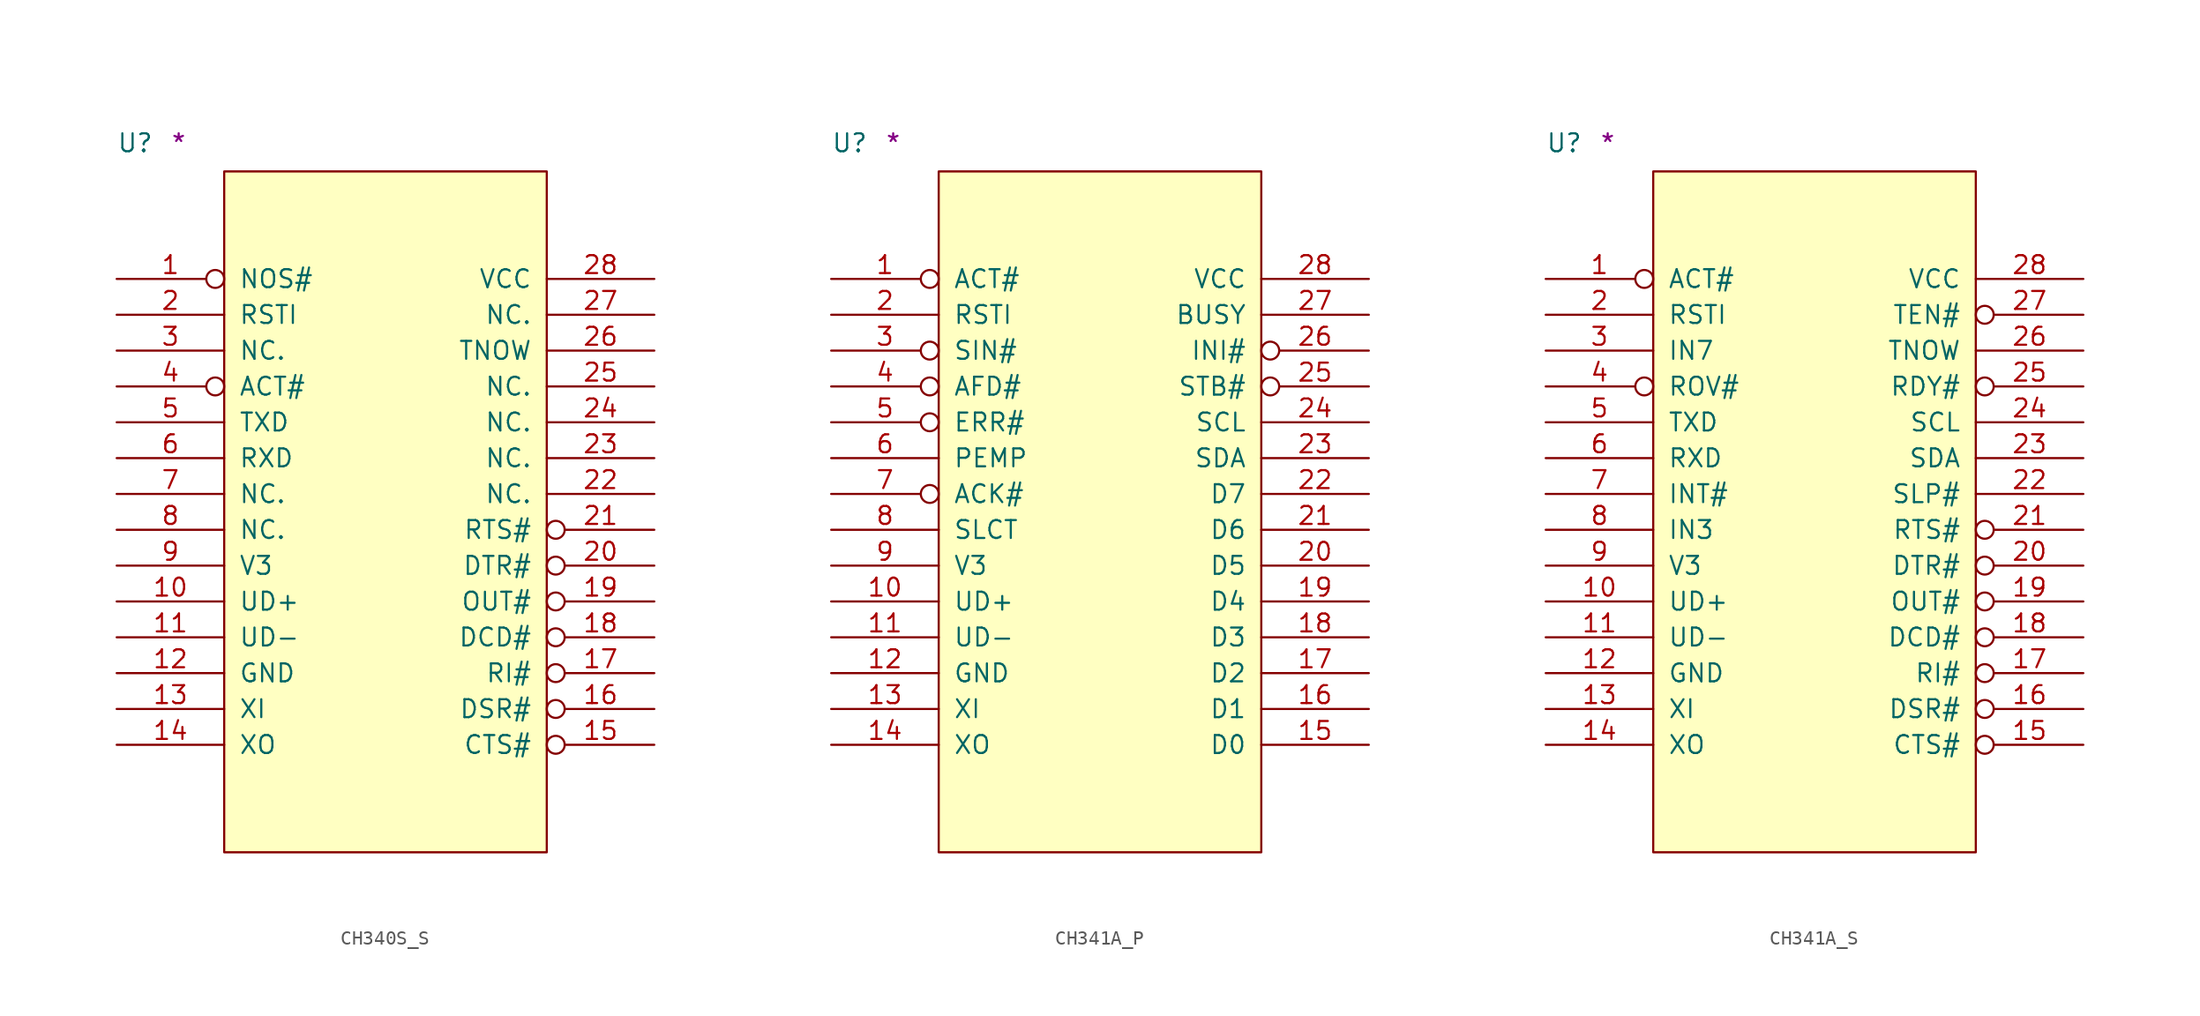
<source format=kicad_sym>
(kicad_symbol_lib
  (version 20211014)
  (generator kicad_symbol_editor)
  (symbol "CH340S_S"
    (pin_names
      (offset 1.016))
    (property "Reference" "U"
      (at -7.62 1.27 0)
      (effects (font (size 1.27 1.27)) (justify left bottom)))
    (property "Comment" "*"
      (at -3.81 1.27 0)
      (effects (font (size 1.27 1.27)) (justify left bottom)))
    (symbol "CH340S_S_1_1"
      (rectangle (start 0 -48.26) (end 22.86 0) (stroke (width 0) (type default) (color 0 0 0 0)) (fill (type background)))
      (pin input inverted (at -7.62 -7.62 0) (length 7.62) (name "NOS#" (effects (font (size 1.27 1.27)))) (number "1" (effects (font (size 1.27 1.27)))))
      (pin bidirectional line (at -7.62 -30.48 0) (length 7.62) (name "UD+" (effects (font (size 1.27 1.27)))) (number "10" (effects (font (size 1.27 1.27)))))
      (pin bidirectional line (at -7.62 -33.02 0) (length 7.62) (name "UD-" (effects (font (size 1.27 1.27)))) (number "11" (effects (font (size 1.27 1.27)))))
      (pin power_in line (at -7.62 -35.56 0) (length 7.62) (name "GND" (effects (font (size 1.27 1.27)))) (number "12" (effects (font (size 1.27 1.27)))))
      (pin input line (at -7.62 -38.1 0) (length 7.62) (name "XI" (effects (font (size 1.27 1.27)))) (number "13" (effects (font (size 1.27 1.27)))))
      (pin output line (at -7.62 -40.64 0) (length 7.62) (name "XO" (effects (font (size 1.27 1.27)))) (number "14" (effects (font (size 1.27 1.27)))))
      (pin input inverted (at 30.48 -40.64 180) (length 7.62) (name "CTS#" (effects (font (size 1.27 1.27)))) (number "15" (effects (font (size 1.27 1.27)))))
      (pin input inverted (at 30.48 -38.1 180) (length 7.62) (name "DSR#" (effects (font (size 1.27 1.27)))) (number "16" (effects (font (size 1.27 1.27)))))
      (pin input inverted (at 30.48 -35.56 180) (length 7.62) (name "RI#" (effects (font (size 1.27 1.27)))) (number "17" (effects (font (size 1.27 1.27)))))
      (pin input inverted (at 30.48 -33.02 180) (length 7.62) (name "DCD#" (effects (font (size 1.27 1.27)))) (number "18" (effects (font (size 1.27 1.27)))))
      (pin output inverted (at 30.48 -30.48 180) (length 7.62) (name "OUT#" (effects (font (size 1.27 1.27)))) (number "19" (effects (font (size 1.27 1.27)))))
      (pin input line (at -7.62 -10.16 0) (length 7.62) (name "RSTI" (effects (font (size 1.27 1.27)))) (number "2" (effects (font (size 1.27 1.27)))))
      (pin output inverted (at 30.48 -27.94 180) (length 7.62) (name "DTR#" (effects (font (size 1.27 1.27)))) (number "20" (effects (font (size 1.27 1.27)))))
      (pin output inverted (at 30.48 -25.4 180) (length 7.62) (name "RTS#" (effects (font (size 1.27 1.27)))) (number "21" (effects (font (size 1.27 1.27)))))
      (pin passive line (at 30.48 -22.86 180) (length 7.62) (name "NC." (effects (font (size 1.27 1.27)))) (number "22" (effects (font (size 1.27 1.27)))))
      (pin passive line (at 30.48 -20.32 180) (length 7.62) (name "NC." (effects (font (size 1.27 1.27)))) (number "23" (effects (font (size 1.27 1.27)))))
      (pin passive line (at 30.48 -17.78 180) (length 7.62) (name "NC." (effects (font (size 1.27 1.27)))) (number "24" (effects (font (size 1.27 1.27)))))
      (pin passive line (at 30.48 -15.24 180) (length 7.62) (name "NC." (effects (font (size 1.27 1.27)))) (number "25" (effects (font (size 1.27 1.27)))))
      (pin output line (at 30.48 -12.7 180) (length 7.62) (name "TNOW" (effects (font (size 1.27 1.27)))) (number "26" (effects (font (size 1.27 1.27)))))
      (pin passive line (at 30.48 -10.16 180) (length 7.62) (name "NC." (effects (font (size 1.27 1.27)))) (number "27" (effects (font (size 1.27 1.27)))))
      (pin power_in line (at 30.48 -7.62 180) (length 7.62) (name "VCC" (effects (font (size 1.27 1.27)))) (number "28" (effects (font (size 1.27 1.27)))))
      (pin passive line (at -7.62 -12.7 0) (length 7.62) (name "NC." (effects (font (size 1.27 1.27)))) (number "3" (effects (font (size 1.27 1.27)))))
      (pin output inverted (at -7.62 -15.24 0) (length 7.62) (name "ACT#" (effects (font (size 1.27 1.27)))) (number "4" (effects (font (size 1.27 1.27)))))
      (pin output line (at -7.62 -17.78 0) (length 7.62) (name "TXD" (effects (font (size 1.27 1.27)))) (number "5" (effects (font (size 1.27 1.27)))))
      (pin input line (at -7.62 -20.32 0) (length 7.62) (name "RXD" (effects (font (size 1.27 1.27)))) (number "6" (effects (font (size 1.27 1.27)))))
      (pin passive line (at -7.62 -22.86 0) (length 7.62) (name "NC." (effects (font (size 1.27 1.27)))) (number "7" (effects (font (size 1.27 1.27)))))
      (pin passive line (at -7.62 -25.4 0) (length 7.62) (name "NC." (effects (font (size 1.27 1.27)))) (number "8" (effects (font (size 1.27 1.27)))))
      (pin power_in line (at -7.62 -27.94 0) (length 7.62) (name "V3" (effects (font (size 1.27 1.27)))) (number "9" (effects (font (size 1.27 1.27)))))))
  (symbol "CH341A_P"
    (pin_names
      (offset 1.016))
    (property "Reference" "U"
      (at -7.62 1.27 0)
      (effects (font (size 1.27 1.27)) (justify left bottom)))
    (property "Comment" "*"
      (at -3.81 1.27 0)
      (effects (font (size 1.27 1.27)) (justify left bottom)))
    (symbol "CH341A_P_1_1"
      (rectangle (start 0 -48.26) (end 22.86 0) (stroke (width 0) (type default) (color 0 0 0 0)) (fill (type background)))
      (pin bidirectional inverted (at -7.62 -7.62 0) (length 7.62) (name "ACT#" (effects (font (size 1.27 1.27)))) (number "1" (effects (font (size 1.27 1.27)))))
      (pin bidirectional line (at -7.62 -30.48 0) (length 7.62) (name "UD+" (effects (font (size 1.27 1.27)))) (number "10" (effects (font (size 1.27 1.27)))))
      (pin bidirectional line (at -7.62 -33.02 0) (length 7.62) (name "UD-" (effects (font (size 1.27 1.27)))) (number "11" (effects (font (size 1.27 1.27)))))
      (pin power_in line (at -7.62 -35.56 0) (length 7.62) (name "GND" (effects (font (size 1.27 1.27)))) (number "12" (effects (font (size 1.27 1.27)))))
      (pin input line (at -7.62 -38.1 0) (length 7.62) (name "XI" (effects (font (size 1.27 1.27)))) (number "13" (effects (font (size 1.27 1.27)))))
      (pin output line (at -7.62 -40.64 0) (length 7.62) (name "XO" (effects (font (size 1.27 1.27)))) (number "14" (effects (font (size 1.27 1.27)))))
      (pin bidirectional line (at 30.48 -40.64 180) (length 7.62) (name "D0" (effects (font (size 1.27 1.27)))) (number "15" (effects (font (size 1.27 1.27)))))
      (pin bidirectional line (at 30.48 -38.1 180) (length 7.62) (name "D1" (effects (font (size 1.27 1.27)))) (number "16" (effects (font (size 1.27 1.27)))))
      (pin bidirectional line (at 30.48 -35.56 180) (length 7.62) (name "D2" (effects (font (size 1.27 1.27)))) (number "17" (effects (font (size 1.27 1.27)))))
      (pin bidirectional line (at 30.48 -33.02 180) (length 7.62) (name "D3" (effects (font (size 1.27 1.27)))) (number "18" (effects (font (size 1.27 1.27)))))
      (pin bidirectional line (at 30.48 -30.48 180) (length 7.62) (name "D4" (effects (font (size 1.27 1.27)))) (number "19" (effects (font (size 1.27 1.27)))))
      (pin input line (at -7.62 -10.16 0) (length 7.62) (name "RSTI" (effects (font (size 1.27 1.27)))) (number "2" (effects (font (size 1.27 1.27)))))
      (pin bidirectional line (at 30.48 -27.94 180) (length 7.62) (name "D5" (effects (font (size 1.27 1.27)))) (number "20" (effects (font (size 1.27 1.27)))))
      (pin bidirectional line (at 30.48 -25.4 180) (length 7.62) (name "D6" (effects (font (size 1.27 1.27)))) (number "21" (effects (font (size 1.27 1.27)))))
      (pin bidirectional line (at 30.48 -22.86 180) (length 7.62) (name "D7" (effects (font (size 1.27 1.27)))) (number "22" (effects (font (size 1.27 1.27)))))
      (pin bidirectional line (at 30.48 -20.32 180) (length 7.62) (name "SDA" (effects (font (size 1.27 1.27)))) (number "23" (effects (font (size 1.27 1.27)))))
      (pin bidirectional line (at 30.48 -17.78 180) (length 7.62) (name "SCL" (effects (font (size 1.27 1.27)))) (number "24" (effects (font (size 1.27 1.27)))))
      (pin output inverted (at 30.48 -15.24 180) (length 7.62) (name "STB#" (effects (font (size 1.27 1.27)))) (number "25" (effects (font (size 1.27 1.27)))))
      (pin output inverted (at 30.48 -12.7 180) (length 7.62) (name "INI#" (effects (font (size 1.27 1.27)))) (number "26" (effects (font (size 1.27 1.27)))))
      (pin input line (at 30.48 -10.16 180) (length 7.62) (name "BUSY" (effects (font (size 1.27 1.27)))) (number "27" (effects (font (size 1.27 1.27)))))
      (pin power_in line (at 30.48 -7.62 180) (length 7.62) (name "VCC" (effects (font (size 1.27 1.27)))) (number "28" (effects (font (size 1.27 1.27)))))
      (pin output inverted (at -7.62 -12.7 0) (length 7.62) (name "SIN#" (effects (font (size 1.27 1.27)))) (number "3" (effects (font (size 1.27 1.27)))))
      (pin output inverted (at -7.62 -15.24 0) (length 7.62) (name "AFD#" (effects (font (size 1.27 1.27)))) (number "4" (effects (font (size 1.27 1.27)))))
      (pin input inverted (at -7.62 -17.78 0) (length 7.62) (name "ERR#" (effects (font (size 1.27 1.27)))) (number "5" (effects (font (size 1.27 1.27)))))
      (pin input line (at -7.62 -20.32 0) (length 7.62) (name "PEMP" (effects (font (size 1.27 1.27)))) (number "6" (effects (font (size 1.27 1.27)))))
      (pin input inverted (at -7.62 -22.86 0) (length 7.62) (name "ACK#" (effects (font (size 1.27 1.27)))) (number "7" (effects (font (size 1.27 1.27)))))
      (pin input line (at -7.62 -25.4 0) (length 7.62) (name "SLCT" (effects (font (size 1.27 1.27)))) (number "8" (effects (font (size 1.27 1.27)))))
      (pin power_in line (at -7.62 -27.94 0) (length 7.62) (name "V3" (effects (font (size 1.27 1.27)))) (number "9" (effects (font (size 1.27 1.27)))))))
  (symbol "CH341A_S"
    (pin_names
      (offset 1.016))
    (property "Reference" "U"
      (at -7.62 1.27 0)
      (effects (font (size 1.27 1.27)) (justify left bottom)))
    (property "Comment" "*"
      (at -3.81 1.27 0)
      (effects (font (size 1.27 1.27)) (justify left bottom)))
    (symbol "CH341A_S_1_1"
      (rectangle (start 0 -48.26) (end 22.86 0) (stroke (width 0) (type default) (color 0 0 0 0)) (fill (type background)))
      (pin bidirectional inverted (at -7.62 -7.62 0) (length 7.62) (name "ACT#" (effects (font (size 1.27 1.27)))) (number "1" (effects (font (size 1.27 1.27)))))
      (pin bidirectional line (at -7.62 -30.48 0) (length 7.62) (name "UD+" (effects (font (size 1.27 1.27)))) (number "10" (effects (font (size 1.27 1.27)))))
      (pin bidirectional line (at -7.62 -33.02 0) (length 7.62) (name "UD-" (effects (font (size 1.27 1.27)))) (number "11" (effects (font (size 1.27 1.27)))))
      (pin power_in line (at -7.62 -35.56 0) (length 7.62) (name "GND" (effects (font (size 1.27 1.27)))) (number "12" (effects (font (size 1.27 1.27)))))
      (pin input line (at -7.62 -38.1 0) (length 7.62) (name "XI" (effects (font (size 1.27 1.27)))) (number "13" (effects (font (size 1.27 1.27)))))
      (pin output line (at -7.62 -40.64 0) (length 7.62) (name "XO" (effects (font (size 1.27 1.27)))) (number "14" (effects (font (size 1.27 1.27)))))
      (pin input inverted (at 30.48 -40.64 180) (length 7.62) (name "CTS#" (effects (font (size 1.27 1.27)))) (number "15" (effects (font (size 1.27 1.27)))))
      (pin input inverted (at 30.48 -38.1 180) (length 7.62) (name "DSR#" (effects (font (size 1.27 1.27)))) (number "16" (effects (font (size 1.27 1.27)))))
      (pin input inverted (at 30.48 -35.56 180) (length 7.62) (name "RI#" (effects (font (size 1.27 1.27)))) (number "17" (effects (font (size 1.27 1.27)))))
      (pin input inverted (at 30.48 -33.02 180) (length 7.62) (name "DCD#" (effects (font (size 1.27 1.27)))) (number "18" (effects (font (size 1.27 1.27)))))
      (pin output inverted (at 30.48 -30.48 180) (length 7.62) (name "OUT#" (effects (font (size 1.27 1.27)))) (number "19" (effects (font (size 1.27 1.27)))))
      (pin input line (at -7.62 -10.16 0) (length 7.62) (name "RSTI" (effects (font (size 1.27 1.27)))) (number "2" (effects (font (size 1.27 1.27)))))
      (pin output inverted (at 30.48 -27.94 180) (length 7.62) (name "DTR#" (effects (font (size 1.27 1.27)))) (number "20" (effects (font (size 1.27 1.27)))))
      (pin output inverted (at 30.48 -25.4 180) (length 7.62) (name "RTS#" (effects (font (size 1.27 1.27)))) (number "21" (effects (font (size 1.27 1.27)))))
      (pin output line (at 30.48 -22.86 180) (length 7.62) (name "SLP#" (effects (font (size 1.27 1.27)))) (number "22" (effects (font (size 1.27 1.27)))))
      (pin bidirectional line (at 30.48 -20.32 180) (length 7.62) (name "SDA" (effects (font (size 1.27 1.27)))) (number "23" (effects (font (size 1.27 1.27)))))
      (pin bidirectional line (at 30.48 -17.78 180) (length 7.62) (name "SCL" (effects (font (size 1.27 1.27)))) (number "24" (effects (font (size 1.27 1.27)))))
      (pin output inverted (at 30.48 -15.24 180) (length 7.62) (name "RDY#" (effects (font (size 1.27 1.27)))) (number "25" (effects (font (size 1.27 1.27)))))
      (pin output line (at 30.48 -12.7 180) (length 7.62) (name "TNOW" (effects (font (size 1.27 1.27)))) (number "26" (effects (font (size 1.27 1.27)))))
      (pin input inverted (at 30.48 -10.16 180) (length 7.62) (name "TEN#" (effects (font (size 1.27 1.27)))) (number "27" (effects (font (size 1.27 1.27)))))
      (pin power_in line (at 30.48 -7.62 180) (length 7.62) (name "VCC" (effects (font (size 1.27 1.27)))) (number "28" (effects (font (size 1.27 1.27)))))
      (pin input line (at -7.62 -12.7 0) (length 7.62) (name "IN7" (effects (font (size 1.27 1.27)))) (number "3" (effects (font (size 1.27 1.27)))))
      (pin output inverted (at -7.62 -15.24 0) (length 7.62) (name "ROV#" (effects (font (size 1.27 1.27)))) (number "4" (effects (font (size 1.27 1.27)))))
      (pin output line (at -7.62 -17.78 0) (length 7.62) (name "TXD" (effects (font (size 1.27 1.27)))) (number "5" (effects (font (size 1.27 1.27)))))
      (pin input line (at -7.62 -20.32 0) (length 7.62) (name "RXD" (effects (font (size 1.27 1.27)))) (number "6" (effects (font (size 1.27 1.27)))))
      (pin input line (at -7.62 -22.86 0) (length 7.62) (name "INT#" (effects (font (size 1.27 1.27)))) (number "7" (effects (font (size 1.27 1.27)))))
      (pin bidirectional line (at -7.62 -25.4 0) (length 7.62) (name "IN3" (effects (font (size 1.27 1.27)))) (number "8" (effects (font (size 1.27 1.27)))))
      (pin power_in line (at -7.62 -27.94 0) (length 7.62) (name "V3" (effects (font (size 1.27 1.27)))) (number "9" (effects (font (size 1.27 1.27))))))))
</source>
